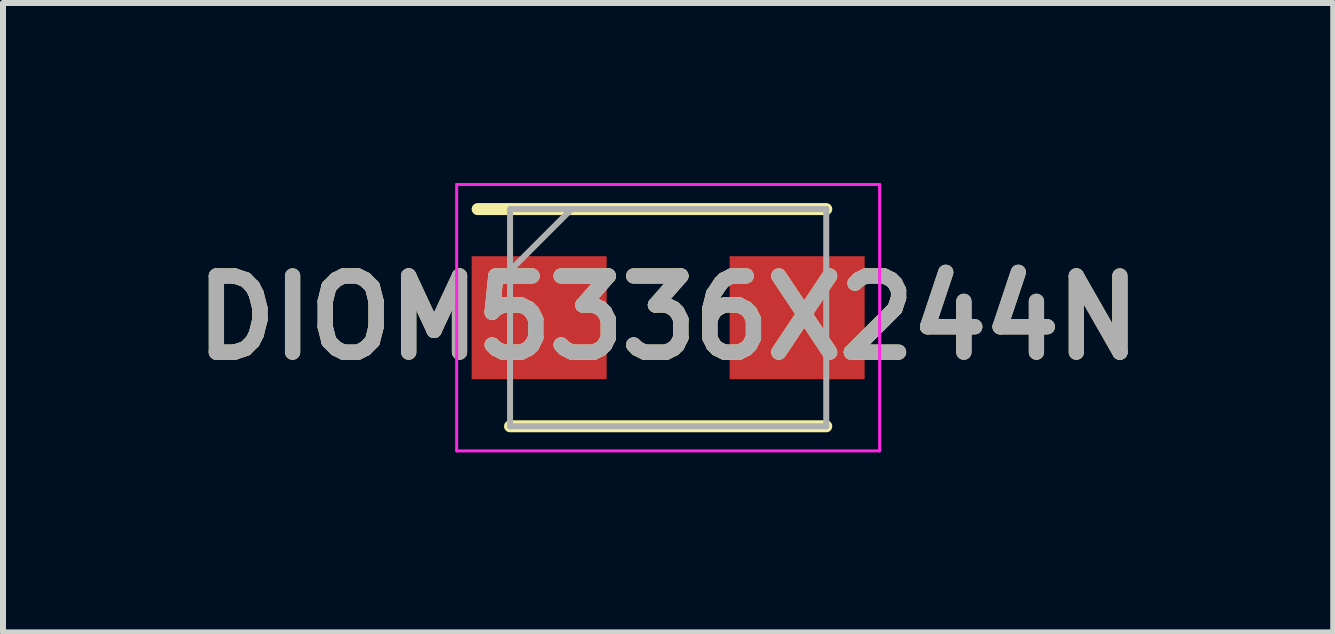
<source format=kicad_pcb>
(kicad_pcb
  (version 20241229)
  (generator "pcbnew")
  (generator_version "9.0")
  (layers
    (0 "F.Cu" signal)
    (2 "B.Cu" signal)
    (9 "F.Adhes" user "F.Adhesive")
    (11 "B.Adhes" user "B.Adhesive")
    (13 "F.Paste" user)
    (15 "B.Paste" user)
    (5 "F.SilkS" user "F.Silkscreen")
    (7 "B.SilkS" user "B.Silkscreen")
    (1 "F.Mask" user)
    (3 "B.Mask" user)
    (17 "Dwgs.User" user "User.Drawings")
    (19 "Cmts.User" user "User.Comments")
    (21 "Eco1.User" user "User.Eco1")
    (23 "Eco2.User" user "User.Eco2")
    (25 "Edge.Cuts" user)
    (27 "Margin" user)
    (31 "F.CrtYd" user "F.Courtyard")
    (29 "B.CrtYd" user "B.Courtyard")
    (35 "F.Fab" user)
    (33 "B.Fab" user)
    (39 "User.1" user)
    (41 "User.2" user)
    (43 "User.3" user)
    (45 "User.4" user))
  (footprint "DIOM5336X244N"
    (layer "F.Cu")
    (at 8.086 2.245)
    (property "Reference" "DIOM5336X244N" (at 0 0 0) (layer "F.SilkS") (effects (font (size 1.27 1.27) (thickness 0.254))))
    (attr smd)
    (fp_line (start -2.635 1.81) (end 2.635 1.81) (stroke (width 0.2) (type solid)) (layer "F.SilkS"))
    (fp_line (start 2.635 -1.81) (end -3.175 -1.81) (stroke (width 0.2) (type solid)) (layer "F.SilkS"))
    (fp_line (start -3.525 -2.22) (end 3.525 -2.22) (stroke (width 0.05) (type solid)) (layer "F.CrtYd"))
    (fp_line (start -3.525 2.22) (end -3.525 -2.22) (stroke (width 0.05) (type solid)) (layer "F.CrtYd"))
    (fp_line (start 3.525 -2.22) (end 3.525 2.22) (stroke (width 0.05) (type solid)) (layer "F.CrtYd"))
    (fp_line (start 3.525 2.22) (end -3.525 2.22) (stroke (width 0.05) (type solid)) (layer "F.CrtYd"))
    (fp_line (start -2.635 -1.81) (end 2.635 -1.81) (stroke (width 0.1) (type solid)) (layer "F.Fab"))
    (fp_line (start -2.635 -0.785) (end -1.61 -1.81) (stroke (width 0.1) (type solid)) (layer "F.Fab"))
    (fp_line (start -2.635 1.81) (end -2.635 -1.81) (stroke (width 0.1) (type solid)) (layer "F.Fab"))
    (fp_line (start 2.635 -1.81) (end 2.635 1.81) (stroke (width 0.1) (type solid)) (layer "F.Fab"))
    (fp_line (start 2.635 1.81) (end -2.635 1.81) (stroke (width 0.1) (type solid)) (layer "F.Fab"))
    (fp_text user "${REFERENCE}" (at 0 0 0) (layer "F.Fab") (effects (font (size 1.27 1.27) (thickness 0.254))))
    (pad "1" smd rect (at -2.15 0 90) (size 2.05 2.25) (layers "F.Cu" "F.Mask" "F.Paste"))
    (pad "2" smd rect (at 2.15 0 90) (size 2.05 2.25) (layers "F.Cu" "F.Mask" "F.Paste")))
  (gr_rect
    (start -3 -3)
    (end 19.171 7.49)
    (stroke (width 0.1) (type default))
    (fill no)
    (layer "Edge.Cuts")))
</source>
